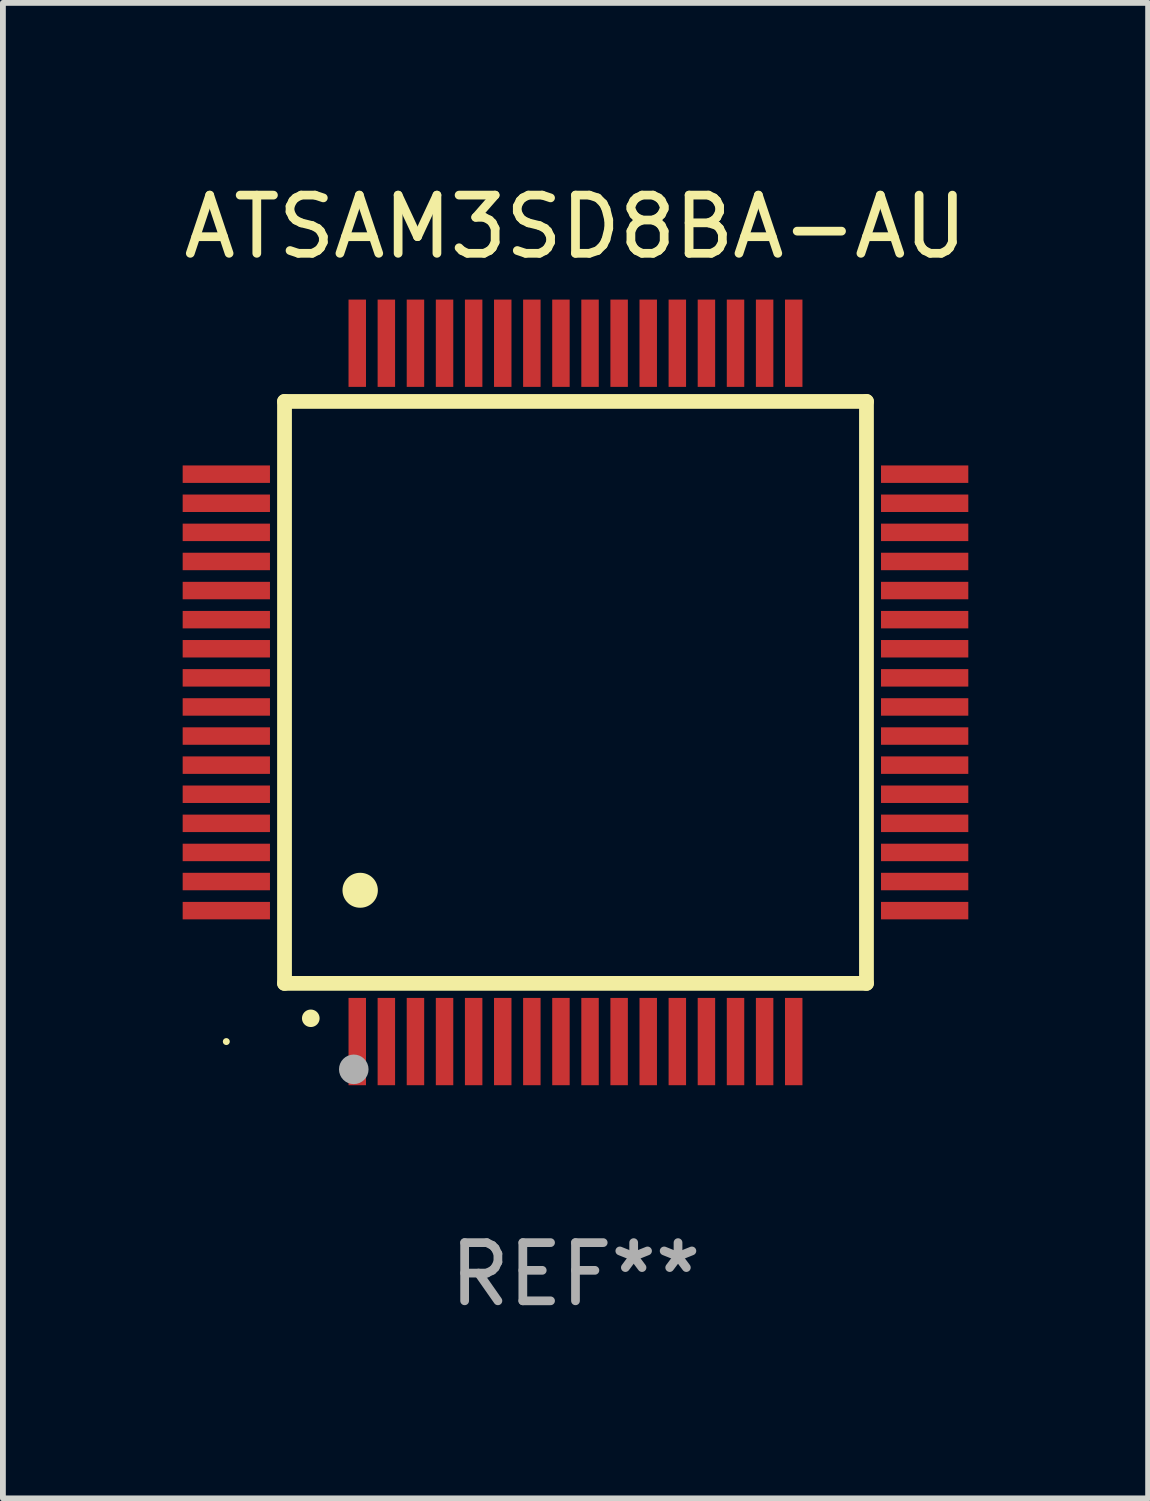
<source format=kicad_pcb>
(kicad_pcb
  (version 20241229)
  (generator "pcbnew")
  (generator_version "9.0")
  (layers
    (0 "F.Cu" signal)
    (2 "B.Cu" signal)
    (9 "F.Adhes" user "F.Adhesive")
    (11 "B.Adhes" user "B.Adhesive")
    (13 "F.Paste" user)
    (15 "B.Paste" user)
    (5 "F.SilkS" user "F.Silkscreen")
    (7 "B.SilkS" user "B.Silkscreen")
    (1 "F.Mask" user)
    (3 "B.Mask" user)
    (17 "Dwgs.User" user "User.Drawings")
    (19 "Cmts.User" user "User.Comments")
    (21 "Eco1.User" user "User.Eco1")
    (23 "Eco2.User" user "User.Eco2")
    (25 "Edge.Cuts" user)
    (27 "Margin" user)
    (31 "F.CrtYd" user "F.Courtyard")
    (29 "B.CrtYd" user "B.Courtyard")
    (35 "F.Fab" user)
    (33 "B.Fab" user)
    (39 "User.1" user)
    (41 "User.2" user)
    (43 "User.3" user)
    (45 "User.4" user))
  (footprint "ATSAM3SD8BA-AU"
    (layer "F.Cu")
    (at 6.839 8.848)
    (property "Reference" "ATSAM3SD8BA-AU" (at 0 -8 0) (layer "F.SilkS") (effects (font (size 1 1) (thickness 0.15))))
    (attr through_hole)
    (fp_line (start -5 -5) (end -5 5) (stroke (width 0.254) (type solid)) (layer "F.SilkS"))
    (fp_line (start -5 -5) (end 5 -5) (stroke (width 0.254) (type solid)) (layer "F.SilkS"))
    (fp_line (start -5 5) (end 5 5) (stroke (width 0.254) (type solid)) (layer "F.SilkS"))
    (fp_line (start 5 -5) (end 5 5) (stroke (width 0.254) (type solid)) (layer "F.SilkS"))
    (fp_arc (start -4.549987 5.6) (mid -4.548717 5.599995) (end -4.547447 5.6) (stroke (width 0.3) (type solid)) (layer "F.SilkS"))
    (fp_arc (start -3.703835 3.400076) (mid -3.700025 3.400052) (end -3.696215 3.400076) (stroke (width 0.6) (type solid)) (layer "F.SilkS"))
    (fp_circle (center -6 6) (end -5.97 6) (stroke (width 0.06) (type solid)) (fill no) (layer "F.SilkS"))
    (fp_circle (center -3.81 6.477) (end -3.683 6.477) (stroke (width 0.254) (type solid)) (fill no) (layer "F.Fab"))
    (fp_text user "REF**" (at 0 10 0) (layer "F.Fab") (effects (font (size 1 1) (thickness 0.15))))
    (pad "1" smd rect (at -3.75 6 180) (size 0.3 1.5) (layers "F.Cu" "F.Mask" "F.Paste"))
    (pad "2" smd rect (at -3.25 6 180) (size 0.3 1.5) (layers "F.Cu" "F.Mask" "F.Paste"))
    (pad "3" smd rect (at -2.75 6 180) (size 0.3 1.5) (layers "F.Cu" "F.Mask" "F.Paste"))
    (pad "4" smd rect (at -2.25 6 180) (size 0.3 1.5) (layers "F.Cu" "F.Mask" "F.Paste"))
    (pad "5" smd rect (at -1.75 6 180) (size 0.3 1.5) (layers "F.Cu" "F.Mask" "F.Paste"))
    (pad "6" smd rect (at -1.25 6 180) (size 0.3 1.5) (layers "F.Cu" "F.Mask" "F.Paste"))
    (pad "7" smd rect (at -0.75 6 180) (size 0.3 1.5) (layers "F.Cu" "F.Mask" "F.Paste"))
    (pad "8" smd rect (at -0.25 6 180) (size 0.3 1.5) (layers "F.Cu" "F.Mask" "F.Paste"))
    (pad "9" smd rect (at 0.25 6 180) (size 0.3 1.5) (layers "F.Cu" "F.Mask" "F.Paste"))
    (pad "10" smd rect (at 0.75 6 180) (size 0.3 1.5) (layers "F.Cu" "F.Mask" "F.Paste"))
    (pad "11" smd rect (at 1.25 6 180) (size 0.3 1.5) (layers "F.Cu" "F.Mask" "F.Paste"))
    (pad "12" smd rect (at 1.75 6 180) (size 0.3 1.5) (layers "F.Cu" "F.Mask" "F.Paste"))
    (pad "13" smd rect (at 2.25 6 180) (size 0.3 1.5) (layers "F.Cu" "F.Mask" "F.Paste"))
    (pad "14" smd rect (at 2.75 6 180) (size 0.3 1.5) (layers "F.Cu" "F.Mask" "F.Paste"))
    (pad "15" smd rect (at 3.25 6 180) (size 0.3 1.5) (layers "F.Cu" "F.Mask" "F.Paste"))
    (pad "16" smd rect (at 3.75 6 180) (size 0.3 1.5) (layers "F.Cu" "F.Mask" "F.Paste"))
    (pad "17" smd rect (at 6 3.75 90) (size 0.3 1.5) (layers "F.Cu" "F.Mask" "F.Paste"))
    (pad "18" smd rect (at 6 3.25 90) (size 0.3 1.5) (layers "F.Cu" "F.Mask" "F.Paste"))
    (pad "19" smd rect (at 6 2.75 90) (size 0.3 1.5) (layers "F.Cu" "F.Mask" "F.Paste"))
    (pad "20" smd rect (at 6 2.25 90) (size 0.3 1.5) (layers "F.Cu" "F.Mask" "F.Paste"))
    (pad "21" smd rect (at 6 1.75 90) (size 0.3 1.5) (layers "F.Cu" "F.Mask" "F.Paste"))
    (pad "22" smd rect (at 6 1.25 90) (size 0.3 1.5) (layers "F.Cu" "F.Mask" "F.Paste"))
    (pad "23" smd rect (at 6 0.75 90) (size 0.3 1.5) (layers "F.Cu" "F.Mask" "F.Paste"))
    (pad "24" smd rect (at 6 0.25 90) (size 0.3 1.5) (layers "F.Cu" "F.Mask" "F.Paste"))
    (pad "25" smd rect (at 6 -0.25 90) (size 0.3 1.5) (layers "F.Cu" "F.Mask" "F.Paste"))
    (pad "26" smd rect (at 6 -0.75 90) (size 0.3 1.5) (layers "F.Cu" "F.Mask" "F.Paste"))
    (pad "27" smd rect (at 6 -1.25 90) (size 0.3 1.5) (layers "F.Cu" "F.Mask" "F.Paste"))
    (pad "28" smd rect (at 6 -1.75 90) (size 0.3 1.5) (layers "F.Cu" "F.Mask" "F.Paste"))
    (pad "29" smd rect (at 6 -2.25 90) (size 0.3 1.5) (layers "F.Cu" "F.Mask" "F.Paste"))
    (pad "30" smd rect (at 6 -2.75 90) (size 0.3 1.5) (layers "F.Cu" "F.Mask" "F.Paste"))
    (pad "31" smd rect (at 6 -3.25 90) (size 0.3 1.5) (layers "F.Cu" "F.Mask" "F.Paste"))
    (pad "32" smd rect (at 6 -3.75 90) (size 0.3 1.5) (layers "F.Cu" "F.Mask" "F.Paste"))
    (pad "33" smd rect (at 3.75 -6 180) (size 0.3 1.5) (layers "F.Cu" "F.Mask" "F.Paste"))
    (pad "34" smd rect (at 3.25 -6 180) (size 0.3 1.5) (layers "F.Cu" "F.Mask" "F.Paste"))
    (pad "35" smd rect (at 2.75 -6 180) (size 0.3 1.5) (layers "F.Cu" "F.Mask" "F.Paste"))
    (pad "36" smd rect (at 2.25 -6 180) (size 0.3 1.5) (layers "F.Cu" "F.Mask" "F.Paste"))
    (pad "37" smd rect (at 1.75 -6 180) (size 0.3 1.5) (layers "F.Cu" "F.Mask" "F.Paste"))
    (pad "38" smd rect (at 1.25 -6 180) (size 0.3 1.5) (layers "F.Cu" "F.Mask" "F.Paste"))
    (pad "39" smd rect (at 0.75 -6 180) (size 0.3 1.5) (layers "F.Cu" "F.Mask" "F.Paste"))
    (pad "40" smd rect (at 0.25 -6 180) (size 0.3 1.5) (layers "F.Cu" "F.Mask" "F.Paste"))
    (pad "41" smd rect (at -0.25 -6 180) (size 0.3 1.5) (layers "F.Cu" "F.Mask" "F.Paste"))
    (pad "42" smd rect (at -0.75 -6 180) (size 0.3 1.5) (layers "F.Cu" "F.Mask" "F.Paste"))
    (pad "43" smd rect (at -1.25 -6 180) (size 0.3 1.5) (layers "F.Cu" "F.Mask" "F.Paste"))
    (pad "44" smd rect (at -1.75 -6 180) (size 0.3 1.5) (layers "F.Cu" "F.Mask" "F.Paste"))
    (pad "45" smd rect (at -2.25 -6 180) (size 0.3 1.5) (layers "F.Cu" "F.Mask" "F.Paste"))
    (pad "46" smd rect (at -2.75 -6 180) (size 0.3 1.5) (layers "F.Cu" "F.Mask" "F.Paste"))
    (pad "47" smd rect (at -3.25 -6 180) (size 0.3 1.5) (layers "F.Cu" "F.Mask" "F.Paste"))
    (pad "48" smd rect (at -3.75 -6 180) (size 0.3 1.5) (layers "F.Cu" "F.Mask" "F.Paste"))
    (pad "49" smd rect (at -6 -3.75 90) (size 0.3 1.5) (layers "F.Cu" "F.Mask" "F.Paste"))
    (pad "50" smd rect (at -6 -3.25 90) (size 0.3 1.5) (layers "F.Cu" "F.Mask" "F.Paste"))
    (pad "51" smd rect (at -6 -2.75 90) (size 0.3 1.5) (layers "F.Cu" "F.Mask" "F.Paste"))
    (pad "52" smd rect (at -6 -2.25 90) (size 0.3 1.5) (layers "F.Cu" "F.Mask" "F.Paste"))
    (pad "53" smd rect (at -6 -1.75 90) (size 0.3 1.5) (layers "F.Cu" "F.Mask" "F.Paste"))
    (pad "54" smd rect (at -6 -1.25 90) (size 0.3 1.5) (layers "F.Cu" "F.Mask" "F.Paste"))
    (pad "55" smd rect (at -6 -0.75 90) (size 0.3 1.5) (layers "F.Cu" "F.Mask" "F.Paste"))
    (pad "56" smd rect (at -6 -0.25 90) (size 0.3 1.5) (layers "F.Cu" "F.Mask" "F.Paste"))
    (pad "57" smd rect (at -6 0.25 90) (size 0.3 1.5) (layers "F.Cu" "F.Mask" "F.Paste"))
    (pad "58" smd rect (at -6 0.75 90) (size 0.3 1.5) (layers "F.Cu" "F.Mask" "F.Paste"))
    (pad "59" smd rect (at -6 1.25 90) (size 0.3 1.5) (layers "F.Cu" "F.Mask" "F.Paste"))
    (pad "60" smd rect (at -6 1.75 90) (size 0.3 1.5) (layers "F.Cu" "F.Mask" "F.Paste"))
    (pad "61" smd rect (at -6 2.25 90) (size 0.3 1.5) (layers "F.Cu" "F.Mask" "F.Paste"))
    (pad "62" smd rect (at -6 2.75 90) (size 0.3 1.5) (layers "F.Cu" "F.Mask" "F.Paste"))
    (pad "63" smd rect (at -6 3.25 90) (size 0.3 1.5) (layers "F.Cu" "F.Mask" "F.Paste"))
    (pad "64" smd rect (at -6 3.75 90) (size 0.3 1.5) (layers "F.Cu" "F.Mask" "F.Paste")))
  (gr_rect
    (start -3 -3)
    (end 16.679 22.697)
    (stroke (width 0.1) (type default))
    (fill no)
    (layer "Edge.Cuts")))
</source>
